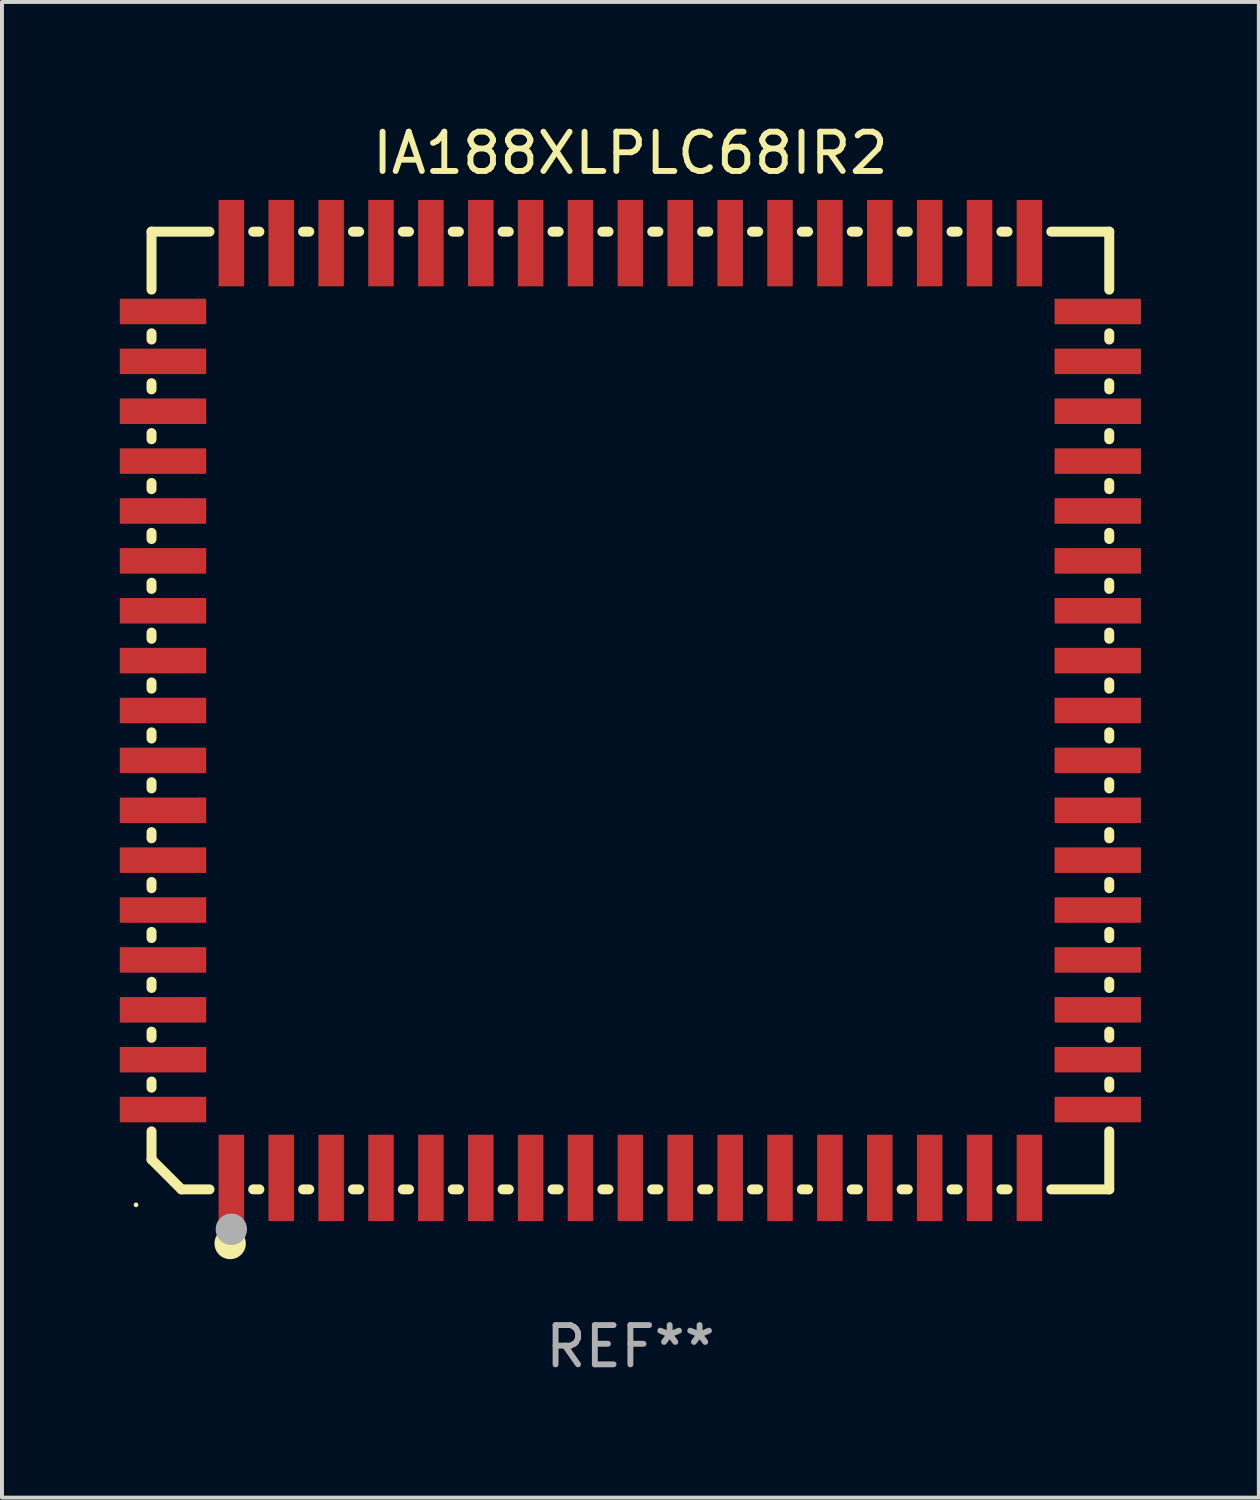
<source format=kicad_pcb>
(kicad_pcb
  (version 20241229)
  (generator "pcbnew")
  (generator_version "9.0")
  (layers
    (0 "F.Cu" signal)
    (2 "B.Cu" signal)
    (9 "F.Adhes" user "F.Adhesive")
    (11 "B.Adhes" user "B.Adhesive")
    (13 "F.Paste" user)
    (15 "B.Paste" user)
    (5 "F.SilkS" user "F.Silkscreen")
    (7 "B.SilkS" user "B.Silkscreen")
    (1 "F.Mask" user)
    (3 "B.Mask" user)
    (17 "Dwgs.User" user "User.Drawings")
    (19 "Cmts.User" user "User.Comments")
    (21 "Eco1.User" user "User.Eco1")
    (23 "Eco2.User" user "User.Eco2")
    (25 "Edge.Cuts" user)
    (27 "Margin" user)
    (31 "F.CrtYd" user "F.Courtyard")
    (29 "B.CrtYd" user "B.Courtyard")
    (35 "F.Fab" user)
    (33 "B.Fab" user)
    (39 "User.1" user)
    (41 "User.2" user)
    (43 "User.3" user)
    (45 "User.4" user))
  (footprint "IA188XLPLC68IR2"
    (layer "F.Cu")
    (at 13 15.04)
    (property "Reference" "IA188XLPLC68IR2" (at 0 -14.192 0) (layer "F.SilkS") (effects (font (size 1 1) (thickness 0.15))))
    (attr through_hole)
    (fp_line (start -12.192 -12.192) (end -12.192 -10.716) (stroke (width 0.254) (type solid)) (layer "F.SilkS"))
    (fp_line (start -12.192 -9.604) (end -12.192 -9.446) (stroke (width 0.254) (type solid)) (layer "F.SilkS"))
    (fp_line (start -12.192 -8.334) (end -12.192 -8.176) (stroke (width 0.254) (type solid)) (layer "F.SilkS"))
    (fp_line (start -12.192 -7.064) (end -12.192 -6.906) (stroke (width 0.254) (type solid)) (layer "F.SilkS"))
    (fp_line (start -12.192 -5.794) (end -12.192 -5.636) (stroke (width 0.254) (type solid)) (layer "F.SilkS"))
    (fp_line (start -12.192 -4.524) (end -12.192 -4.366) (stroke (width 0.254) (type solid)) (layer "F.SilkS"))
    (fp_line (start -12.192 -3.254) (end -12.192 -3.096) (stroke (width 0.254) (type solid)) (layer "F.SilkS"))
    (fp_line (start -12.192 -1.984) (end -12.192 -1.826) (stroke (width 0.254) (type solid)) (layer "F.SilkS"))
    (fp_line (start -12.192 -0.714) (end -12.192 -0.556) (stroke (width 0.254) (type solid)) (layer "F.SilkS"))
    (fp_line (start -12.192 0.556) (end -12.192 0.714) (stroke (width 0.254) (type solid)) (layer "F.SilkS"))
    (fp_line (start -12.192 1.826) (end -12.192 1.984) (stroke (width 0.254) (type solid)) (layer "F.SilkS"))
    (fp_line (start -12.192 3.096) (end -12.192 3.254) (stroke (width 0.254) (type solid)) (layer "F.SilkS"))
    (fp_line (start -12.192 4.366) (end -12.192 4.524) (stroke (width 0.254) (type solid)) (layer "F.SilkS"))
    (fp_line (start -12.192 5.636) (end -12.192 5.794) (stroke (width 0.254) (type solid)) (layer "F.SilkS"))
    (fp_line (start -12.192 6.906) (end -12.192 7.064) (stroke (width 0.254) (type solid)) (layer "F.SilkS"))
    (fp_line (start -12.192 8.176) (end -12.192 8.334) (stroke (width 0.254) (type solid)) (layer "F.SilkS"))
    (fp_line (start -12.192 9.446) (end -12.192 9.604) (stroke (width 0.254) (type solid)) (layer "F.SilkS"))
    (fp_line (start -12.192 10.716) (end -12.192 11.43) (stroke (width 0.254) (type solid)) (layer "F.SilkS"))
    (fp_line (start -12.192 11.43) (end -11.43 12.192) (stroke (width 0.254) (type solid)) (layer "F.SilkS"))
    (fp_line (start -11.43 12.192) (end -10.716 12.192) (stroke (width 0.254) (type solid)) (layer "F.SilkS"))
    (fp_line (start -10.716 -12.192) (end -12.192 -12.192) (stroke (width 0.254) (type solid)) (layer "F.SilkS"))
    (fp_line (start -9.604 12.192) (end -9.446 12.192) (stroke (width 0.254) (type solid)) (layer "F.SilkS"))
    (fp_line (start -9.446 -12.192) (end -9.604 -12.192) (stroke (width 0.254) (type solid)) (layer "F.SilkS"))
    (fp_line (start -8.334 12.192) (end -8.176 12.192) (stroke (width 0.254) (type solid)) (layer "F.SilkS"))
    (fp_line (start -8.176 -12.192) (end -8.334 -12.192) (stroke (width 0.254) (type solid)) (layer "F.SilkS"))
    (fp_line (start -7.064 12.192) (end -6.906 12.192) (stroke (width 0.254) (type solid)) (layer "F.SilkS"))
    (fp_line (start -6.906 -12.192) (end -7.064 -12.192) (stroke (width 0.254) (type solid)) (layer "F.SilkS"))
    (fp_line (start -5.794 12.192) (end -5.636 12.192) (stroke (width 0.254) (type solid)) (layer "F.SilkS"))
    (fp_line (start -5.636 -12.192) (end -5.794 -12.192) (stroke (width 0.254) (type solid)) (layer "F.SilkS"))
    (fp_line (start -4.524 12.192) (end -4.366 12.192) (stroke (width 0.254) (type solid)) (layer "F.SilkS"))
    (fp_line (start -4.366 -12.192) (end -4.524 -12.192) (stroke (width 0.254) (type solid)) (layer "F.SilkS"))
    (fp_line (start -3.254 12.192) (end -3.096 12.192) (stroke (width 0.254) (type solid)) (layer "F.SilkS"))
    (fp_line (start -3.096 -12.192) (end -3.254 -12.192) (stroke (width 0.254) (type solid)) (layer "F.SilkS"))
    (fp_line (start -1.984 12.192) (end -1.826 12.192) (stroke (width 0.254) (type solid)) (layer "F.SilkS"))
    (fp_line (start -1.826 -12.192) (end -1.984 -12.192) (stroke (width 0.254) (type solid)) (layer "F.SilkS"))
    (fp_line (start -0.714 12.192) (end -0.556 12.192) (stroke (width 0.254) (type solid)) (layer "F.SilkS"))
    (fp_line (start -0.556 -12.192) (end -0.714 -12.192) (stroke (width 0.254) (type solid)) (layer "F.SilkS"))
    (fp_line (start 0.556 12.192) (end 0.714 12.192) (stroke (width 0.254) (type solid)) (layer "F.SilkS"))
    (fp_line (start 0.714 -12.192) (end 0.556 -12.192) (stroke (width 0.254) (type solid)) (layer "F.SilkS"))
    (fp_line (start 1.826 12.192) (end 1.984 12.192) (stroke (width 0.254) (type solid)) (layer "F.SilkS"))
    (fp_line (start 1.984 -12.192) (end 1.826 -12.192) (stroke (width 0.254) (type solid)) (layer "F.SilkS"))
    (fp_line (start 3.096 12.192) (end 3.254 12.192) (stroke (width 0.254) (type solid)) (layer "F.SilkS"))
    (fp_line (start 3.254 -12.192) (end 3.096 -12.192) (stroke (width 0.254) (type solid)) (layer "F.SilkS"))
    (fp_line (start 4.366 12.192) (end 4.524 12.192) (stroke (width 0.254) (type solid)) (layer "F.SilkS"))
    (fp_line (start 4.524 -12.192) (end 4.366 -12.192) (stroke (width 0.254) (type solid)) (layer "F.SilkS"))
    (fp_line (start 5.636 12.192) (end 5.794 12.192) (stroke (width 0.254) (type solid)) (layer "F.SilkS"))
    (fp_line (start 5.794 -12.192) (end 5.636 -12.192) (stroke (width 0.254) (type solid)) (layer "F.SilkS"))
    (fp_line (start 6.906 12.192) (end 7.064 12.192) (stroke (width 0.254) (type solid)) (layer "F.SilkS"))
    (fp_line (start 7.064 -12.192) (end 6.906 -12.192) (stroke (width 0.254) (type solid)) (layer "F.SilkS"))
    (fp_line (start 8.176 12.192) (end 8.334 12.192) (stroke (width 0.254) (type solid)) (layer "F.SilkS"))
    (fp_line (start 8.334 -12.192) (end 8.176 -12.192) (stroke (width 0.254) (type solid)) (layer "F.SilkS"))
    (fp_line (start 9.446 12.192) (end 9.604 12.192) (stroke (width 0.254) (type solid)) (layer "F.SilkS"))
    (fp_line (start 9.604 -12.192) (end 9.446 -12.192) (stroke (width 0.254) (type solid)) (layer "F.SilkS"))
    (fp_line (start 10.716 12.192) (end 12.192 12.192) (stroke (width 0.254) (type solid)) (layer "F.SilkS"))
    (fp_line (start 12.192 -12.192) (end 10.716 -12.192) (stroke (width 0.254) (type solid)) (layer "F.SilkS"))
    (fp_line (start 12.192 -10.716) (end 12.192 -12.192) (stroke (width 0.254) (type solid)) (layer "F.SilkS"))
    (fp_line (start 12.192 -9.446) (end 12.192 -9.604) (stroke (width 0.254) (type solid)) (layer "F.SilkS"))
    (fp_line (start 12.192 -8.176) (end 12.192 -8.334) (stroke (width 0.254) (type solid)) (layer "F.SilkS"))
    (fp_line (start 12.192 -6.906) (end 12.192 -7.064) (stroke (width 0.254) (type solid)) (layer "F.SilkS"))
    (fp_line (start 12.192 -5.636) (end 12.192 -5.794) (stroke (width 0.254) (type solid)) (layer "F.SilkS"))
    (fp_line (start 12.192 -4.366) (end 12.192 -4.524) (stroke (width 0.254) (type solid)) (layer "F.SilkS"))
    (fp_line (start 12.192 -3.096) (end 12.192 -3.254) (stroke (width 0.254) (type solid)) (layer "F.SilkS"))
    (fp_line (start 12.192 -1.826) (end 12.192 -1.984) (stroke (width 0.254) (type solid)) (layer "F.SilkS"))
    (fp_line (start 12.192 -0.556) (end 12.192 -0.714) (stroke (width 0.254) (type solid)) (layer "F.SilkS"))
    (fp_line (start 12.192 0.714) (end 12.192 0.556) (stroke (width 0.254) (type solid)) (layer "F.SilkS"))
    (fp_line (start 12.192 1.984) (end 12.192 1.826) (stroke (width 0.254) (type solid)) (layer "F.SilkS"))
    (fp_line (start 12.192 3.254) (end 12.192 3.096) (stroke (width 0.254) (type solid)) (layer "F.SilkS"))
    (fp_line (start 12.192 4.524) (end 12.192 4.366) (stroke (width 0.254) (type solid)) (layer "F.SilkS"))
    (fp_line (start 12.192 5.794) (end 12.192 5.636) (stroke (width 0.254) (type solid)) (layer "F.SilkS"))
    (fp_line (start 12.192 7.064) (end 12.192 6.906) (stroke (width 0.254) (type solid)) (layer "F.SilkS"))
    (fp_line (start 12.192 8.334) (end 12.192 8.176) (stroke (width 0.254) (type solid)) (layer "F.SilkS"))
    (fp_line (start 12.192 9.604) (end 12.192 9.446) (stroke (width 0.254) (type solid)) (layer "F.SilkS"))
    (fp_line (start 12.192 12.192) (end 12.192 10.716) (stroke (width 0.254) (type solid)) (layer "F.SilkS"))
    (fp_circle (center -12.586 12.586) (end -12.556 12.586) (stroke (width 0.06) (type solid)) (fill no) (layer "F.SilkS"))
    (fp_circle (center -10.19 13.57) (end -9.99 13.57) (stroke (width 0.4) (type solid)) (fill no) (layer "F.SilkS"))
    (fp_circle (center -10.16 13.208) (end -9.96 13.208) (stroke (width 0.4) (type solid)) (fill no) (layer "F.Fab"))
    (fp_text user "REF**" (at 0 16.192 0) (layer "F.Fab") (effects (font (size 1 1) (thickness 0.15))))
    (pad "1" smd rect (at -10.16 11.9) (size 0.65 2.2) (layers "F.Cu" "F.Mask" "F.Paste"))
    (pad "2" smd rect (at -8.89 11.9) (size 0.65 2.2) (layers "F.Cu" "F.Mask" "F.Paste"))
    (pad "3" smd rect (at -7.62 11.9) (size 0.65 2.2) (layers "F.Cu" "F.Mask" "F.Paste"))
    (pad "4" smd rect (at -6.35 11.9) (size 0.65 2.2) (layers "F.Cu" "F.Mask" "F.Paste"))
    (pad "5" smd rect (at -5.08 11.9) (size 0.65 2.2) (layers "F.Cu" "F.Mask" "F.Paste"))
    (pad "6" smd rect (at -3.81 11.9) (size 0.65 2.2) (layers "F.Cu" "F.Mask" "F.Paste"))
    (pad "7" smd rect (at -2.54 11.9) (size 0.65 2.2) (layers "F.Cu" "F.Mask" "F.Paste"))
    (pad "8" smd rect (at -1.27 11.9) (size 0.65 2.2) (layers "F.Cu" "F.Mask" "F.Paste"))
    (pad "9" smd rect (at 0.000076 11.9) (size 0.65 2.2) (layers "F.Cu" "F.Mask" "F.Paste"))
    (pad "10" smd rect (at 1.27 11.9) (size 0.65 2.2) (layers "F.Cu" "F.Mask" "F.Paste"))
    (pad "11" smd rect (at 2.54 11.9) (size 0.65 2.2) (layers "F.Cu" "F.Mask" "F.Paste"))
    (pad "12" smd rect (at 3.81 11.9) (size 0.65 2.2) (layers "F.Cu" "F.Mask" "F.Paste"))
    (pad "13" smd rect (at 5.08 11.9) (size 0.65 2.2) (layers "F.Cu" "F.Mask" "F.Paste"))
    (pad "14" smd rect (at 6.35 11.9) (size 0.65 2.2) (layers "F.Cu" "F.Mask" "F.Paste"))
    (pad "15" smd rect (at 7.62 11.9) (size 0.65 2.2) (layers "F.Cu" "F.Mask" "F.Paste"))
    (pad "16" smd rect (at 8.89 11.9) (size 0.65 2.2) (layers "F.Cu" "F.Mask" "F.Paste"))
    (pad "17" smd rect (at 10.16 11.9) (size 0.65 2.2) (layers "F.Cu" "F.Mask" "F.Paste"))
    (pad "18" smd rect (at 11.9 10.16 90) (size 0.65 2.2) (layers "F.Cu" "F.Mask" "F.Paste"))
    (pad "19" smd rect (at 11.9 8.89 90) (size 0.65 2.2) (layers "F.Cu" "F.Mask" "F.Paste"))
    (pad "20" smd rect (at 11.9 7.62 90) (size 0.65 2.2) (layers "F.Cu" "F.Mask" "F.Paste"))
    (pad "21" smd rect (at 11.9 6.35 90) (size 0.65 2.2) (layers "F.Cu" "F.Mask" "F.Paste"))
    (pad "22" smd rect (at 11.9 5.08 90) (size 0.65 2.2) (layers "F.Cu" "F.Mask" "F.Paste"))
    (pad "23" smd rect (at 11.9 3.81 90) (size 0.65 2.2) (layers "F.Cu" "F.Mask" "F.Paste"))
    (pad "24" smd rect (at 11.9 2.54 90) (size 0.65 2.2) (layers "F.Cu" "F.Mask" "F.Paste"))
    (pad "25" smd rect (at 11.9 1.27 90) (size 0.65 2.2) (layers "F.Cu" "F.Mask" "F.Paste"))
    (pad "26" smd rect (at 11.9 -0.000076 90) (size 0.65 2.2) (layers "F.Cu" "F.Mask" "F.Paste"))
    (pad "27" smd rect (at 11.9 -1.27 90) (size 0.65 2.2) (layers "F.Cu" "F.Mask" "F.Paste"))
    (pad "28" smd rect (at 11.9 -2.54 90) (size 0.65 2.2) (layers "F.Cu" "F.Mask" "F.Paste"))
    (pad "29" smd rect (at 11.9 -3.81 90) (size 0.65 2.2) (layers "F.Cu" "F.Mask" "F.Paste"))
    (pad "30" smd rect (at 11.9 -5.08 90) (size 0.65 2.2) (layers "F.Cu" "F.Mask" "F.Paste"))
    (pad "31" smd rect (at 11.9 -6.35 90) (size 0.65 2.2) (layers "F.Cu" "F.Mask" "F.Paste"))
    (pad "32" smd rect (at 11.9 -7.62 90) (size 0.65 2.2) (layers "F.Cu" "F.Mask" "F.Paste"))
    (pad "33" smd rect (at 11.9 -8.89 90) (size 0.65 2.2) (layers "F.Cu" "F.Mask" "F.Paste"))
    (pad "34" smd rect (at 11.9 -10.16 90) (size 0.65 2.2) (layers "F.Cu" "F.Mask" "F.Paste"))
    (pad "35" smd rect (at 10.16 -11.9) (size 0.65 2.2) (layers "F.Cu" "F.Mask" "F.Paste"))
    (pad "36" smd rect (at 8.89 -11.9) (size 0.65 2.2) (layers "F.Cu" "F.Mask" "F.Paste"))
    (pad "37" smd rect (at 7.62 -11.9) (size 0.65 2.2) (layers "F.Cu" "F.Mask" "F.Paste"))
    (pad "38" smd rect (at 6.35 -11.9) (size 0.65 2.2) (layers "F.Cu" "F.Mask" "F.Paste"))
    (pad "39" smd rect (at 5.08 -11.9) (size 0.65 2.2) (layers "F.Cu" "F.Mask" "F.Paste"))
    (pad "40" smd rect (at 3.81 -11.9) (size 0.65 2.2) (layers "F.Cu" "F.Mask" "F.Paste"))
    (pad "41" smd rect (at 2.54 -11.9) (size 0.65 2.2) (layers "F.Cu" "F.Mask" "F.Paste"))
    (pad "42" smd rect (at 1.27 -11.9) (size 0.65 2.2) (layers "F.Cu" "F.Mask" "F.Paste"))
    (pad "43" smd rect (at 0.000076 -11.9) (size 0.65 2.2) (layers "F.Cu" "F.Mask" "F.Paste"))
    (pad "44" smd rect (at -1.27 -11.9) (size 0.65 2.2) (layers "F.Cu" "F.Mask" "F.Paste"))
    (pad "45" smd rect (at -2.54 -11.9) (size 0.65 2.2) (layers "F.Cu" "F.Mask" "F.Paste"))
    (pad "46" smd rect (at -3.81 -11.9) (size 0.65 2.2) (layers "F.Cu" "F.Mask" "F.Paste"))
    (pad "47" smd rect (at -5.08 -11.9) (size 0.65 2.2) (layers "F.Cu" "F.Mask" "F.Paste"))
    (pad "48" smd rect (at -6.35 -11.9) (size 0.65 2.2) (layers "F.Cu" "F.Mask" "F.Paste"))
    (pad "49" smd rect (at -7.62 -11.9) (size 0.65 2.2) (layers "F.Cu" "F.Mask" "F.Paste"))
    (pad "50" smd rect (at -8.89 -11.9) (size 0.65 2.2) (layers "F.Cu" "F.Mask" "F.Paste"))
    (pad "51" smd rect (at -10.16 -11.9) (size 0.65 2.2) (layers "F.Cu" "F.Mask" "F.Paste"))
    (pad "52" smd rect (at -11.9 -10.16 90) (size 0.65 2.2) (layers "F.Cu" "F.Mask" "F.Paste"))
    (pad "53" smd rect (at -11.9 -8.89 90) (size 0.65 2.2) (layers "F.Cu" "F.Mask" "F.Paste"))
    (pad "54" smd rect (at -11.9 -7.62 90) (size 0.65 2.2) (layers "F.Cu" "F.Mask" "F.Paste"))
    (pad "55" smd rect (at -11.9 -6.35 90) (size 0.65 2.2) (layers "F.Cu" "F.Mask" "F.Paste"))
    (pad "56" smd rect (at -11.9 -5.08 90) (size 0.65 2.2) (layers "F.Cu" "F.Mask" "F.Paste"))
    (pad "57" smd rect (at -11.9 -3.81 90) (size 0.65 2.2) (layers "F.Cu" "F.Mask" "F.Paste"))
    (pad "58" smd rect (at -11.9 -2.54 90) (size 0.65 2.2) (layers "F.Cu" "F.Mask" "F.Paste"))
    (pad "59" smd rect (at -11.9 -1.27 90) (size 0.65 2.2) (layers "F.Cu" "F.Mask" "F.Paste"))
    (pad "60" smd rect (at -11.9 -0.000076 90) (size 0.65 2.2) (layers "F.Cu" "F.Mask" "F.Paste"))
    (pad "61" smd rect (at -11.9 1.27 90) (size 0.65 2.2) (layers "F.Cu" "F.Mask" "F.Paste"))
    (pad "62" smd rect (at -11.9 2.54 90) (size 0.65 2.2) (layers "F.Cu" "F.Mask" "F.Paste"))
    (pad "63" smd rect (at -11.9 3.81 90) (size 0.65 2.2) (layers "F.Cu" "F.Mask" "F.Paste"))
    (pad "64" smd rect (at -11.9 5.08 90) (size 0.65 2.2) (layers "F.Cu" "F.Mask" "F.Paste"))
    (pad "65" smd rect (at -11.9 6.35 90) (size 0.65 2.2) (layers "F.Cu" "F.Mask" "F.Paste"))
    (pad "66" smd rect (at -11.9 7.62 90) (size 0.65 2.2) (layers "F.Cu" "F.Mask" "F.Paste"))
    (pad "67" smd rect (at -11.9 8.89 90) (size 0.65 2.2) (layers "F.Cu" "F.Mask" "F.Paste"))
    (pad "68" smd rect (at -11.9 10.16 90) (size 0.65 2.2) (layers "F.Cu" "F.Mask" "F.Paste")))
  (gr_rect
    (start -3 -3)
    (end 29 35.081)
    (stroke (width 0.1) (type default))
    (fill no)
    (layer "Edge.Cuts")))
</source>
